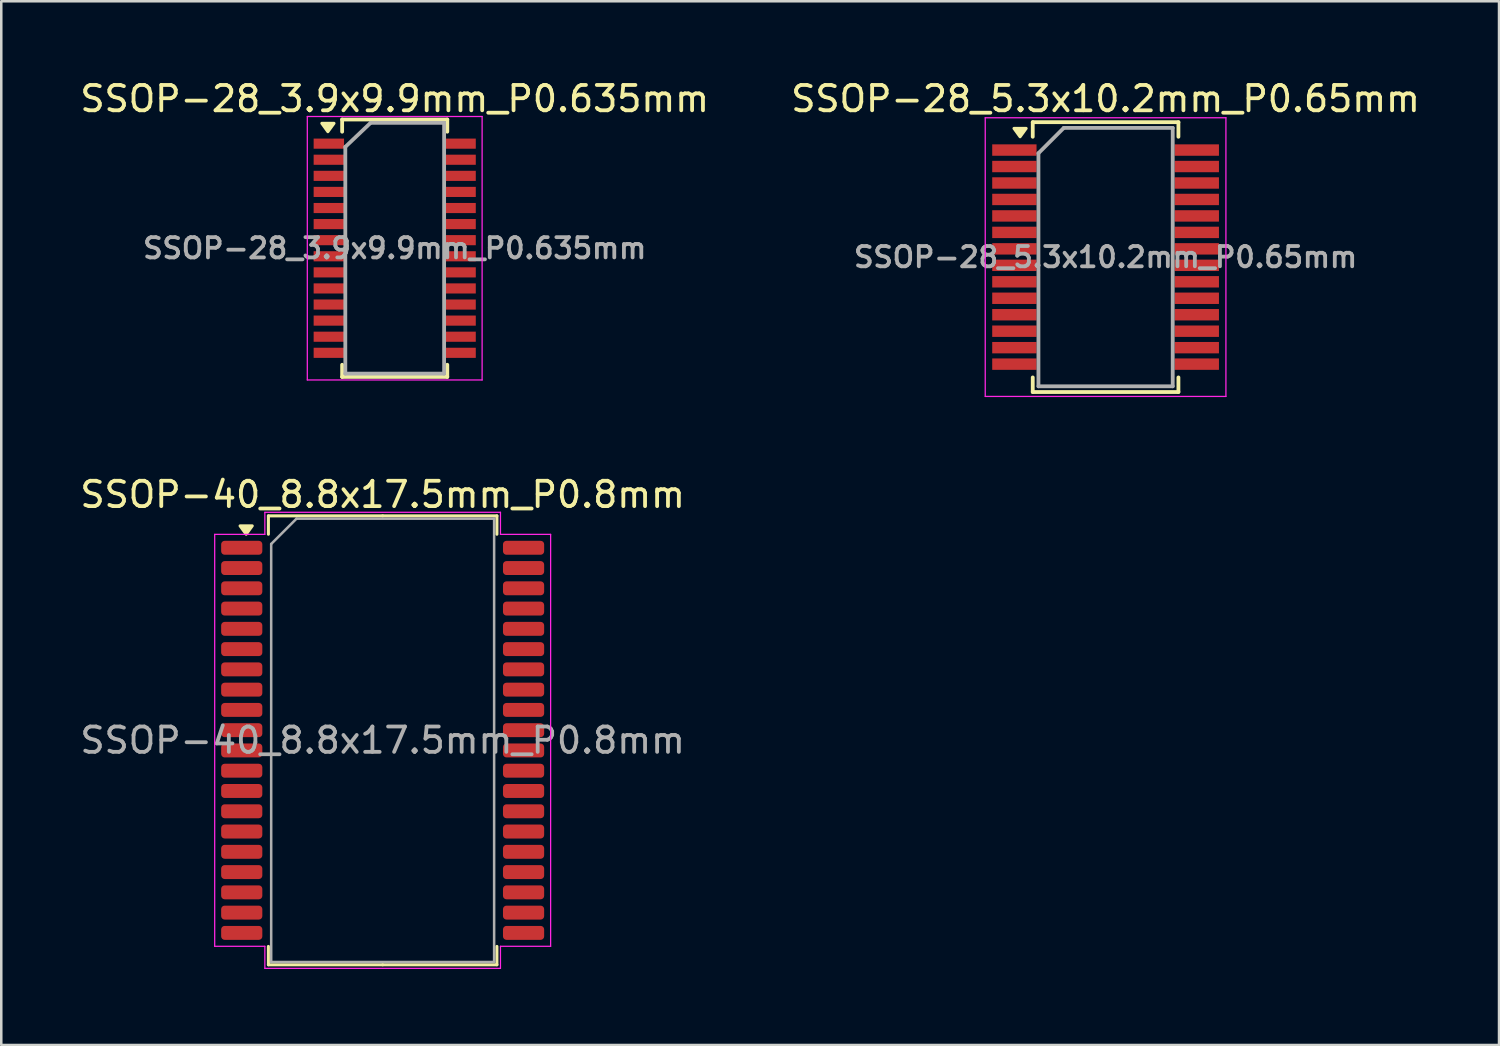
<source format=kicad_pcb>
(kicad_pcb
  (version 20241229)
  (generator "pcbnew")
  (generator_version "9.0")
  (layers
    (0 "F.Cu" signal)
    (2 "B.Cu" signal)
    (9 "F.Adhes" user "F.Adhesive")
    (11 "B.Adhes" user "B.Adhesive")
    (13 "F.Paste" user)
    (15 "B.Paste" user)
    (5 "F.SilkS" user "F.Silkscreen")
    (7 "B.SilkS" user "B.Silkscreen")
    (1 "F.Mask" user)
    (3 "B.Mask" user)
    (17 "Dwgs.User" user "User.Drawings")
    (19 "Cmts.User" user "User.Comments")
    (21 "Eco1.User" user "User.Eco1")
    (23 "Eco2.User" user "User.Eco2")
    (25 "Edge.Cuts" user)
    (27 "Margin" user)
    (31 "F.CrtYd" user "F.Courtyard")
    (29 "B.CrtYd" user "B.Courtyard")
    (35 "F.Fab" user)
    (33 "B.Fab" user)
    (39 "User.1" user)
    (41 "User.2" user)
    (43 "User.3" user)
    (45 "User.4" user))
  (footprint "SSOP-28_5.3x10.2mm_P0.65mm"
    (layer "F.Cu")
    (at 40.589 7.098)
    (property "Reference" "SSOP-28_5.3x10.2mm_P0.65mm" (at 0 -6.25 0) (layer "F.SilkS") (effects (font (size 1 1) (thickness 0.15))))
    (attr smd)
    (fp_line (start -2.875 -5.325) (end -2.875 -4.75) (stroke (width 0.15) (type solid)) (layer "F.SilkS"))
    (fp_line (start -2.875 -5.325) (end 2.875 -5.325) (stroke (width 0.15) (type solid)) (layer "F.SilkS"))
    (fp_line (start -2.875 4.75) (end -2.875 5.325) (stroke (width 0.15) (type solid)) (layer "F.SilkS"))
    (fp_line (start -2.875 5.325) (end 2.875 5.325) (stroke (width 0.15) (type solid)) (layer "F.SilkS"))
    (fp_line (start 2.875 -5.325) (end 2.875 -4.75) (stroke (width 0.15) (type solid)) (layer "F.SilkS"))
    (fp_line (start 2.875 4.75) (end 2.875 5.325) (stroke (width 0.15) (type solid)) (layer "F.SilkS"))
    (fp_poly (pts (xy -3.375 -4.75) (xy -3.615 -5.08) (xy -3.135 -5.08) (xy -3.375 -4.75)) (stroke (width 0.12) (type solid)) (fill yes) (layer "F.SilkS"))
    (fp_line (start -4.75 -5.5) (end -4.75 5.5) (stroke (width 0.05) (type solid)) (layer "F.CrtYd"))
    (fp_line (start -4.75 -5.5) (end 4.75 -5.5) (stroke (width 0.05) (type solid)) (layer "F.CrtYd"))
    (fp_line (start -4.75 5.5) (end 4.75 5.5) (stroke (width 0.05) (type solid)) (layer "F.CrtYd"))
    (fp_line (start 4.75 -5.5) (end 4.75 5.5) (stroke (width 0.05) (type solid)) (layer "F.CrtYd"))
    (fp_line (start -2.65 -4.1) (end -1.65 -5.1) (stroke (width 0.15) (type solid)) (layer "F.Fab"))
    (fp_line (start -2.65 5.1) (end -2.65 -4.1) (stroke (width 0.15) (type solid)) (layer "F.Fab"))
    (fp_line (start -1.65 -5.1) (end 2.65 -5.1) (stroke (width 0.15) (type solid)) (layer "F.Fab"))
    (fp_line (start 2.65 -5.1) (end 2.65 5.1) (stroke (width 0.15) (type solid)) (layer "F.Fab"))
    (fp_line (start 2.65 5.1) (end -2.65 5.1) (stroke (width 0.15) (type solid)) (layer "F.Fab"))
    (fp_text user "${REFERENCE}" (at 0 0 0) (layer "F.Fab") (effects (font (size 0.8 0.8) (thickness 0.15))))
    (pad "1" smd rect (at -3.6 -4.225) (size 1.75 0.45) (layers "F.Cu" "F.Mask" "F.Paste"))
    (pad "2" smd rect (at -3.6 -3.575) (size 1.75 0.45) (layers "F.Cu" "F.Mask" "F.Paste"))
    (pad "3" smd rect (at -3.6 -2.925) (size 1.75 0.45) (layers "F.Cu" "F.Mask" "F.Paste"))
    (pad "4" smd rect (at -3.6 -2.275) (size 1.75 0.45) (layers "F.Cu" "F.Mask" "F.Paste"))
    (pad "5" smd rect (at -3.6 -1.625) (size 1.75 0.45) (layers "F.Cu" "F.Mask" "F.Paste"))
    (pad "6" smd rect (at -3.6 -0.975) (size 1.75 0.45) (layers "F.Cu" "F.Mask" "F.Paste"))
    (pad "7" smd rect (at -3.6 -0.325) (size 1.75 0.45) (layers "F.Cu" "F.Mask" "F.Paste"))
    (pad "8" smd rect (at -3.6 0.325) (size 1.75 0.45) (layers "F.Cu" "F.Mask" "F.Paste"))
    (pad "9" smd rect (at -3.6 0.975) (size 1.75 0.45) (layers "F.Cu" "F.Mask" "F.Paste"))
    (pad "10" smd rect (at -3.6 1.625) (size 1.75 0.45) (layers "F.Cu" "F.Mask" "F.Paste"))
    (pad "11" smd rect (at -3.6 2.275) (size 1.75 0.45) (layers "F.Cu" "F.Mask" "F.Paste"))
    (pad "12" smd rect (at -3.6 2.925) (size 1.75 0.45) (layers "F.Cu" "F.Mask" "F.Paste"))
    (pad "13" smd rect (at -3.6 3.575) (size 1.75 0.45) (layers "F.Cu" "F.Mask" "F.Paste"))
    (pad "14" smd rect (at -3.6 4.225) (size 1.75 0.45) (layers "F.Cu" "F.Mask" "F.Paste"))
    (pad "15" smd rect (at 3.6 4.225) (size 1.75 0.45) (layers "F.Cu" "F.Mask" "F.Paste"))
    (pad "16" smd rect (at 3.6 3.575) (size 1.75 0.45) (layers "F.Cu" "F.Mask" "F.Paste"))
    (pad "17" smd rect (at 3.6 2.925) (size 1.75 0.45) (layers "F.Cu" "F.Mask" "F.Paste"))
    (pad "18" smd rect (at 3.6 2.275) (size 1.75 0.45) (layers "F.Cu" "F.Mask" "F.Paste"))
    (pad "19" smd rect (at 3.6 1.625) (size 1.75 0.45) (layers "F.Cu" "F.Mask" "F.Paste"))
    (pad "20" smd rect (at 3.6 0.975) (size 1.75 0.45) (layers "F.Cu" "F.Mask" "F.Paste"))
    (pad "21" smd rect (at 3.6 0.325) (size 1.75 0.45) (layers "F.Cu" "F.Mask" "F.Paste"))
    (pad "22" smd rect (at 3.6 -0.325) (size 1.75 0.45) (layers "F.Cu" "F.Mask" "F.Paste"))
    (pad "23" smd rect (at 3.6 -0.975) (size 1.75 0.45) (layers "F.Cu" "F.Mask" "F.Paste"))
    (pad "24" smd rect (at 3.6 -1.625) (size 1.75 0.45) (layers "F.Cu" "F.Mask" "F.Paste"))
    (pad "25" smd rect (at 3.6 -2.275) (size 1.75 0.45) (layers "F.Cu" "F.Mask" "F.Paste"))
    (pad "26" smd rect (at 3.6 -2.925) (size 1.75 0.45) (layers "F.Cu" "F.Mask" "F.Paste"))
    (pad "27" smd rect (at 3.6 -3.575) (size 1.75 0.45) (layers "F.Cu" "F.Mask" "F.Paste"))
    (pad "28" smd rect (at 3.6 -4.225) (size 1.75 0.45) (layers "F.Cu" "F.Mask" "F.Paste")))
  (footprint "SSOP-28_3.9x9.9mm_P0.635mm"
    (layer "F.Cu")
    (at 12.53 6.748)
    (property "Reference" "SSOP-28_3.9x9.9mm_P0.635mm" (at 0 -5.9 0) (layer "F.SilkS") (effects (font (size 1 1) (thickness 0.15))))
    (attr smd)
    (fp_line (start -2.075 -5.08) (end -2.075 -4.6) (stroke (width 0.15) (type solid)) (layer "F.SilkS"))
    (fp_line (start -2.075 -5.08) (end 2.075 -5.08) (stroke (width 0.15) (type solid)) (layer "F.SilkS"))
    (fp_line (start -2.075 5.08) (end -2.075 4.6) (stroke (width 0.15) (type solid)) (layer "F.SilkS"))
    (fp_line (start -2.075 5.08) (end 2.075 5.08) (stroke (width 0.15) (type solid)) (layer "F.SilkS"))
    (fp_line (start 2.075 -5.08) (end 2.075 -4.6) (stroke (width 0.15) (type solid)) (layer "F.SilkS"))
    (fp_line (start 2.075 5.08) (end 2.075 4.6) (stroke (width 0.15) (type solid)) (layer "F.SilkS"))
    (fp_poly (pts (xy -2.638 -4.6) (xy -2.877 -4.93) (xy -2.397 -4.93) (xy -2.638 -4.6)) (stroke (width 0.12) (type solid)) (fill yes) (layer "F.SilkS"))
    (fp_line (start -3.45 -5.2) (end -3.45 5.2) (stroke (width 0.05) (type solid)) (layer "F.CrtYd"))
    (fp_line (start -3.45 -5.2) (end 3.45 -5.2) (stroke (width 0.05) (type solid)) (layer "F.CrtYd"))
    (fp_line (start -3.45 5.2) (end 3.45 5.2) (stroke (width 0.05) (type solid)) (layer "F.CrtYd"))
    (fp_line (start 3.45 -5.2) (end 3.45 5.2) (stroke (width 0.05) (type solid)) (layer "F.CrtYd"))
    (fp_line (start -1.95 -4) (end -0.95 -4.95) (stroke (width 0.15) (type solid)) (layer "F.Fab"))
    (fp_line (start -1.95 4.95) (end -1.95 -4) (stroke (width 0.15) (type solid)) (layer "F.Fab"))
    (fp_line (start -0.95 -4.95) (end 1.95 -4.95) (stroke (width 0.15) (type solid)) (layer "F.Fab"))
    (fp_line (start 1.95 -4.95) (end 1.95 4.95) (stroke (width 0.15) (type solid)) (layer "F.Fab"))
    (fp_line (start 1.95 4.95) (end -1.95 4.95) (stroke (width 0.15) (type solid)) (layer "F.Fab"))
    (fp_text user "${REFERENCE}" (at 0 0 0) (layer "F.Fab") (effects (font (size 0.8 0.8) (thickness 0.15))))
    (pad "1" smd rect (at -2.6 -4.128) (size 1.2 0.4) (layers "F.Cu" "F.Mask" "F.Paste"))
    (pad "2" smd rect (at -2.6 -3.493) (size 1.2 0.4) (layers "F.Cu" "F.Mask" "F.Paste"))
    (pad "3" smd rect (at -2.6 -2.857) (size 1.2 0.4) (layers "F.Cu" "F.Mask" "F.Paste"))
    (pad "4" smd rect (at -2.6 -2.223) (size 1.2 0.4) (layers "F.Cu" "F.Mask" "F.Paste"))
    (pad "5" smd rect (at -2.6 -1.587) (size 1.2 0.4) (layers "F.Cu" "F.Mask" "F.Paste"))
    (pad "6" smd rect (at -2.6 -0.953) (size 1.2 0.4) (layers "F.Cu" "F.Mask" "F.Paste"))
    (pad "7" smd rect (at -2.6 -0.318) (size 1.2 0.4) (layers "F.Cu" "F.Mask" "F.Paste"))
    (pad "8" smd rect (at -2.6 0.318) (size 1.2 0.4) (layers "F.Cu" "F.Mask" "F.Paste"))
    (pad "9" smd rect (at -2.6 0.953) (size 1.2 0.4) (layers "F.Cu" "F.Mask" "F.Paste"))
    (pad "10" smd rect (at -2.6 1.587) (size 1.2 0.4) (layers "F.Cu" "F.Mask" "F.Paste"))
    (pad "11" smd rect (at -2.6 2.223) (size 1.2 0.4) (layers "F.Cu" "F.Mask" "F.Paste"))
    (pad "12" smd rect (at -2.6 2.857) (size 1.2 0.4) (layers "F.Cu" "F.Mask" "F.Paste"))
    (pad "13" smd rect (at -2.6 3.493) (size 1.2 0.4) (layers "F.Cu" "F.Mask" "F.Paste"))
    (pad "14" smd rect (at -2.6 4.128) (size 1.2 0.4) (layers "F.Cu" "F.Mask" "F.Paste"))
    (pad "15" smd rect (at 2.6 4.128) (size 1.2 0.4) (layers "F.Cu" "F.Mask" "F.Paste"))
    (pad "16" smd rect (at 2.6 3.493) (size 1.2 0.4) (layers "F.Cu" "F.Mask" "F.Paste"))
    (pad "17" smd rect (at 2.6 2.857) (size 1.2 0.4) (layers "F.Cu" "F.Mask" "F.Paste"))
    (pad "18" smd rect (at 2.6 2.223) (size 1.2 0.4) (layers "F.Cu" "F.Mask" "F.Paste"))
    (pad "19" smd rect (at 2.6 1.587) (size 1.2 0.4) (layers "F.Cu" "F.Mask" "F.Paste"))
    (pad "20" smd rect (at 2.6 0.953) (size 1.2 0.4) (layers "F.Cu" "F.Mask" "F.Paste"))
    (pad "21" smd rect (at 2.6 0.318) (size 1.2 0.4) (layers "F.Cu" "F.Mask" "F.Paste"))
    (pad "22" smd rect (at 2.6 -0.318) (size 1.2 0.4) (layers "F.Cu" "F.Mask" "F.Paste"))
    (pad "23" smd rect (at 2.6 -0.953) (size 1.2 0.4) (layers "F.Cu" "F.Mask" "F.Paste"))
    (pad "24" smd rect (at 2.6 -1.587) (size 1.2 0.4) (layers "F.Cu" "F.Mask" "F.Paste"))
    (pad "25" smd rect (at 2.6 -2.223) (size 1.2 0.4) (layers "F.Cu" "F.Mask" "F.Paste"))
    (pad "26" smd rect (at 2.6 -2.857) (size 1.2 0.4) (layers "F.Cu" "F.Mask" "F.Paste"))
    (pad "27" smd rect (at 2.6 -3.493) (size 1.2 0.4) (layers "F.Cu" "F.Mask" "F.Paste"))
    (pad "28" smd rect (at 2.6 -4.128) (size 1.2 0.4) (layers "F.Cu" "F.Mask" "F.Paste")))
  (footprint "SSOP-40_8.8x17.5mm_P0.8mm"
    (layer "F.Cu")
    (at 12.054 26.172)
    (property "Reference" "SSOP-40_8.8x17.5mm_P0.8mm" (at 0 -9.7 0) (layer "F.SilkS") (effects (font (size 1 1) (thickness 0.15))))
    (attr smd)
    (fp_line (start -4.51 -8.86) (end -4.51 -8.135) (stroke (width 0.12) (type solid)) (layer "F.SilkS"))
    (fp_line (start -4.51 8.86) (end -4.51 8.135) (stroke (width 0.12) (type solid)) (layer "F.SilkS"))
    (fp_line (start 0 -8.86) (end -4.51 -8.86) (stroke (width 0.12) (type solid)) (layer "F.SilkS"))
    (fp_line (start 0 -8.86) (end 4.51 -8.86) (stroke (width 0.12) (type solid)) (layer "F.SilkS"))
    (fp_line (start 0 8.86) (end -4.51 8.86) (stroke (width 0.12) (type solid)) (layer "F.SilkS"))
    (fp_line (start 0 8.86) (end 4.51 8.86) (stroke (width 0.12) (type solid)) (layer "F.SilkS"))
    (fp_line (start 4.51 -8.86) (end 4.51 -8.135) (stroke (width 0.12) (type solid)) (layer "F.SilkS"))
    (fp_line (start 4.51 8.86) (end 4.51 8.135) (stroke (width 0.12) (type solid)) (layer "F.SilkS"))
    (fp_poly (pts (xy -5.388 -8.135) (xy -5.628 -8.465) (xy -5.147 -8.465)) (stroke (width 0.12) (type solid)) (fill yes) (layer "F.SilkS"))
    (fp_line (start -6.63 -8.13) (end -4.65 -8.13) (stroke (width 0.05) (type solid)) (layer "F.CrtYd"))
    (fp_line (start -6.63 8.13) (end -6.63 -8.13) (stroke (width 0.05) (type solid)) (layer "F.CrtYd"))
    (fp_line (start -4.65 -9) (end 4.65 -9) (stroke (width 0.05) (type solid)) (layer "F.CrtYd"))
    (fp_line (start -4.65 -8.13) (end -4.65 -9) (stroke (width 0.05) (type solid)) (layer "F.CrtYd"))
    (fp_line (start -4.65 8.13) (end -6.63 8.13) (stroke (width 0.05) (type solid)) (layer "F.CrtYd"))
    (fp_line (start -4.65 9) (end -4.65 8.13) (stroke (width 0.05) (type solid)) (layer "F.CrtYd"))
    (fp_line (start 4.65 -9) (end 4.65 -8.13) (stroke (width 0.05) (type solid)) (layer "F.CrtYd"))
    (fp_line (start 4.65 -8.13) (end 6.63 -8.13) (stroke (width 0.05) (type solid)) (layer "F.CrtYd"))
    (fp_line (start 4.65 8.13) (end 4.65 9) (stroke (width 0.05) (type solid)) (layer "F.CrtYd"))
    (fp_line (start 4.65 9) (end -4.65 9) (stroke (width 0.05) (type solid)) (layer "F.CrtYd"))
    (fp_line (start 6.63 -8.13) (end 6.63 8.13) (stroke (width 0.05) (type solid)) (layer "F.CrtYd"))
    (fp_line (start 6.63 8.13) (end 4.65 8.13) (stroke (width 0.05) (type solid)) (layer "F.CrtYd"))
    (fp_line (start -4.4 -7.75) (end -3.4 -8.75) (stroke (width 0.1) (type solid)) (layer "F.Fab"))
    (fp_line (start -4.4 8.75) (end -4.4 -7.75) (stroke (width 0.1) (type solid)) (layer "F.Fab"))
    (fp_line (start -3.4 -8.75) (end 4.4 -8.75) (stroke (width 0.1) (type solid)) (layer "F.Fab"))
    (fp_line (start 4.4 -8.75) (end 4.4 8.75) (stroke (width 0.1) (type solid)) (layer "F.Fab"))
    (fp_line (start 4.4 8.75) (end -4.4 8.75) (stroke (width 0.1) (type solid)) (layer "F.Fab"))
    (fp_text user "${REFERENCE}" (at 0 0 0) (layer "F.Fab") (effects (font (size 1 1) (thickness 0.15))))
    (pad "1" smd roundrect (at -5.562 -7.6) (size 1.625 0.55) (layers "F.Cu" "F.Mask" "F.Paste") (roundrect_rratio 0.25))
    (pad "2" smd roundrect (at -5.562 -6.8) (size 1.625 0.55) (layers "F.Cu" "F.Mask" "F.Paste") (roundrect_rratio 0.25))
    (pad "3" smd roundrect (at -5.562 -6) (size 1.625 0.55) (layers "F.Cu" "F.Mask" "F.Paste") (roundrect_rratio 0.25))
    (pad "4" smd roundrect (at -5.562 -5.2) (size 1.625 0.55) (layers "F.Cu" "F.Mask" "F.Paste") (roundrect_rratio 0.25))
    (pad "5" smd roundrect (at -5.562 -4.4) (size 1.625 0.55) (layers "F.Cu" "F.Mask" "F.Paste") (roundrect_rratio 0.25))
    (pad "6" smd roundrect (at -5.562 -3.6) (size 1.625 0.55) (layers "F.Cu" "F.Mask" "F.Paste") (roundrect_rratio 0.25))
    (pad "7" smd roundrect (at -5.562 -2.8) (size 1.625 0.55) (layers "F.Cu" "F.Mask" "F.Paste") (roundrect_rratio 0.25))
    (pad "8" smd roundrect (at -5.562 -2) (size 1.625 0.55) (layers "F.Cu" "F.Mask" "F.Paste") (roundrect_rratio 0.25))
    (pad "9" smd roundrect (at -5.562 -1.2) (size 1.625 0.55) (layers "F.Cu" "F.Mask" "F.Paste") (roundrect_rratio 0.25))
    (pad "10" smd roundrect (at -5.562 -0.4) (size 1.625 0.55) (layers "F.Cu" "F.Mask" "F.Paste") (roundrect_rratio 0.25))
    (pad "11" smd roundrect (at -5.562 0.4) (size 1.625 0.55) (layers "F.Cu" "F.Mask" "F.Paste") (roundrect_rratio 0.25))
    (pad "12" smd roundrect (at -5.562 1.2) (size 1.625 0.55) (layers "F.Cu" "F.Mask" "F.Paste") (roundrect_rratio 0.25))
    (pad "13" smd roundrect (at -5.562 2) (size 1.625 0.55) (layers "F.Cu" "F.Mask" "F.Paste") (roundrect_rratio 0.25))
    (pad "14" smd roundrect (at -5.562 2.8) (size 1.625 0.55) (layers "F.Cu" "F.Mask" "F.Paste") (roundrect_rratio 0.25))
    (pad "15" smd roundrect (at -5.562 3.6) (size 1.625 0.55) (layers "F.Cu" "F.Mask" "F.Paste") (roundrect_rratio 0.25))
    (pad "16" smd roundrect (at -5.562 4.4) (size 1.625 0.55) (layers "F.Cu" "F.Mask" "F.Paste") (roundrect_rratio 0.25))
    (pad "17" smd roundrect (at -5.562 5.2) (size 1.625 0.55) (layers "F.Cu" "F.Mask" "F.Paste") (roundrect_rratio 0.25))
    (pad "18" smd roundrect (at -5.562 6) (size 1.625 0.55) (layers "F.Cu" "F.Mask" "F.Paste") (roundrect_rratio 0.25))
    (pad "19" smd roundrect (at -5.562 6.8) (size 1.625 0.55) (layers "F.Cu" "F.Mask" "F.Paste") (roundrect_rratio 0.25))
    (pad "20" smd roundrect (at -5.562 7.6) (size 1.625 0.55) (layers "F.Cu" "F.Mask" "F.Paste") (roundrect_rratio 0.25))
    (pad "21" smd roundrect (at 5.562 7.6) (size 1.625 0.55) (layers "F.Cu" "F.Mask" "F.Paste") (roundrect_rratio 0.25))
    (pad "22" smd roundrect (at 5.562 6.8) (size 1.625 0.55) (layers "F.Cu" "F.Mask" "F.Paste") (roundrect_rratio 0.25))
    (pad "23" smd roundrect (at 5.562 6) (size 1.625 0.55) (layers "F.Cu" "F.Mask" "F.Paste") (roundrect_rratio 0.25))
    (pad "24" smd roundrect (at 5.562 5.2) (size 1.625 0.55) (layers "F.Cu" "F.Mask" "F.Paste") (roundrect_rratio 0.25))
    (pad "25" smd roundrect (at 5.562 4.4) (size 1.625 0.55) (layers "F.Cu" "F.Mask" "F.Paste") (roundrect_rratio 0.25))
    (pad "26" smd roundrect (at 5.562 3.6) (size 1.625 0.55) (layers "F.Cu" "F.Mask" "F.Paste") (roundrect_rratio 0.25))
    (pad "27" smd roundrect (at 5.562 2.8) (size 1.625 0.55) (layers "F.Cu" "F.Mask" "F.Paste") (roundrect_rratio 0.25))
    (pad "28" smd roundrect (at 5.562 2) (size 1.625 0.55) (layers "F.Cu" "F.Mask" "F.Paste") (roundrect_rratio 0.25))
    (pad "29" smd roundrect (at 5.562 1.2) (size 1.625 0.55) (layers "F.Cu" "F.Mask" "F.Paste") (roundrect_rratio 0.25))
    (pad "30" smd roundrect (at 5.562 0.4) (size 1.625 0.55) (layers "F.Cu" "F.Mask" "F.Paste") (roundrect_rratio 0.25))
    (pad "31" smd roundrect (at 5.562 -0.4) (size 1.625 0.55) (layers "F.Cu" "F.Mask" "F.Paste") (roundrect_rratio 0.25))
    (pad "32" smd roundrect (at 5.562 -1.2) (size 1.625 0.55) (layers "F.Cu" "F.Mask" "F.Paste") (roundrect_rratio 0.25))
    (pad "33" smd roundrect (at 5.562 -2) (size 1.625 0.55) (layers "F.Cu" "F.Mask" "F.Paste") (roundrect_rratio 0.25))
    (pad "34" smd roundrect (at 5.562 -2.8) (size 1.625 0.55) (layers "F.Cu" "F.Mask" "F.Paste") (roundrect_rratio 0.25))
    (pad "35" smd roundrect (at 5.562 -3.6) (size 1.625 0.55) (layers "F.Cu" "F.Mask" "F.Paste") (roundrect_rratio 0.25))
    (pad "36" smd roundrect (at 5.562 -4.4) (size 1.625 0.55) (layers "F.Cu" "F.Mask" "F.Paste") (roundrect_rratio 0.25))
    (pad "37" smd roundrect (at 5.562 -5.2) (size 1.625 0.55) (layers "F.Cu" "F.Mask" "F.Paste") (roundrect_rratio 0.25))
    (pad "38" smd roundrect (at 5.562 -6) (size 1.625 0.55) (layers "F.Cu" "F.Mask" "F.Paste") (roundrect_rratio 0.25))
    (pad "39" smd roundrect (at 5.562 -6.8) (size 1.625 0.55) (layers "F.Cu" "F.Mask" "F.Paste") (roundrect_rratio 0.25))
    (pad "40" smd roundrect (at 5.562 -7.6) (size 1.625 0.55) (layers "F.Cu" "F.Mask" "F.Paste") (roundrect_rratio 0.25)))
  (gr_rect
    (start -3 -3)
    (end 56.119 38.197)
    (stroke (width 0.1) (type default))
    (fill no)
    (layer "Edge.Cuts")))
</source>
